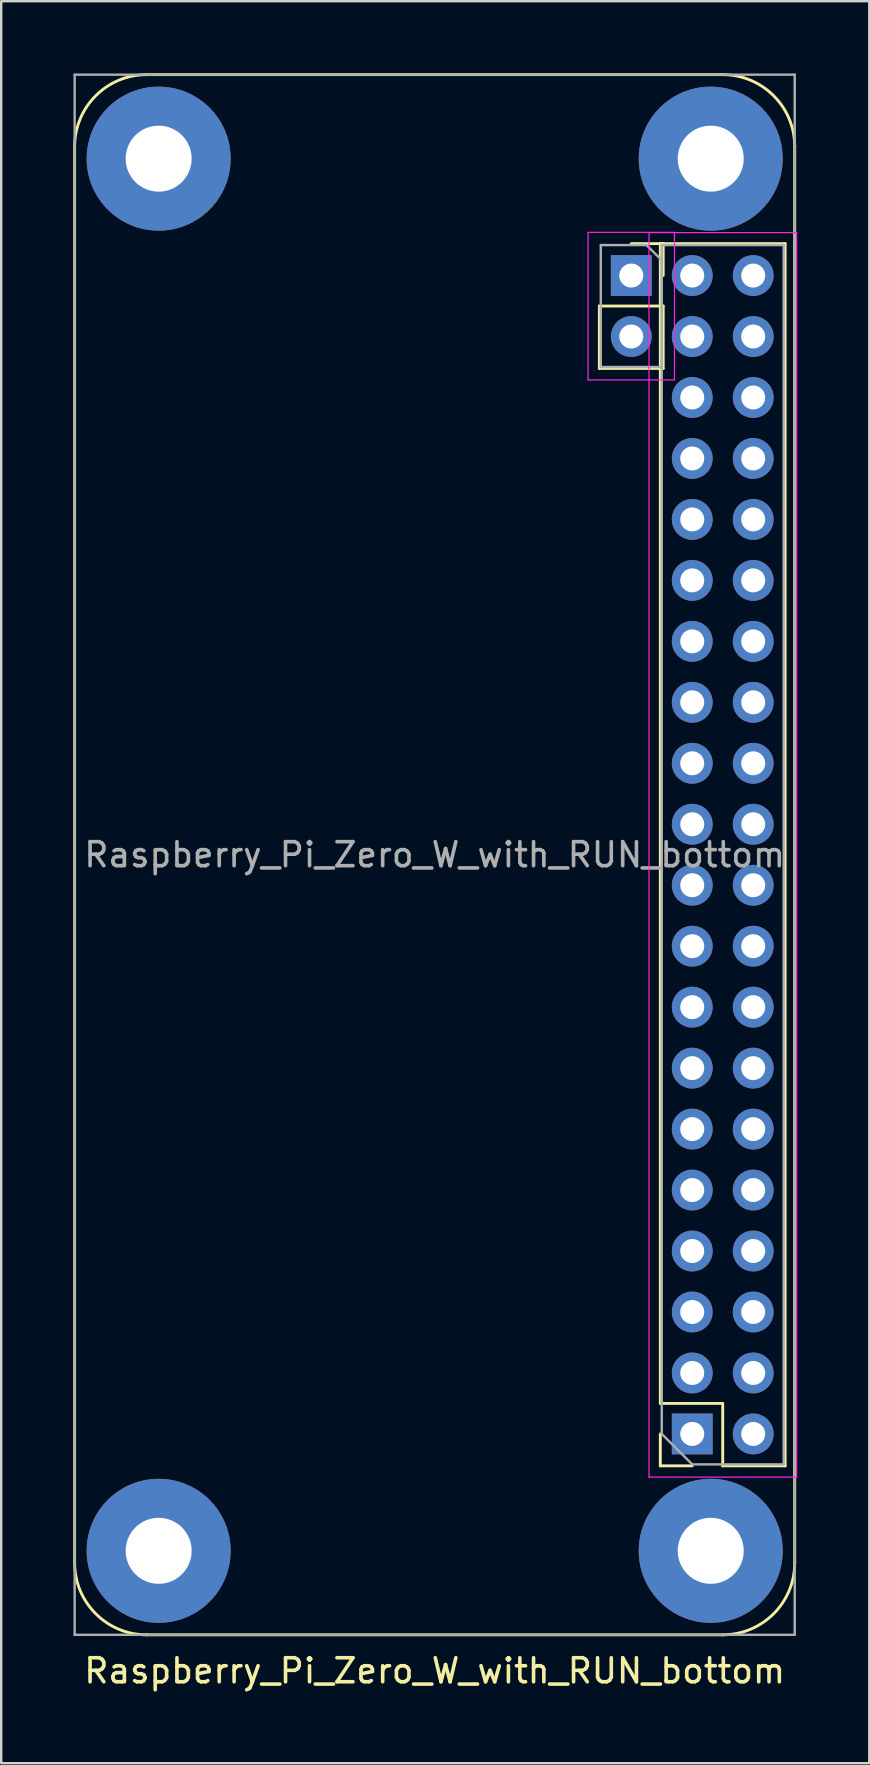
<source format=kicad_pcb>
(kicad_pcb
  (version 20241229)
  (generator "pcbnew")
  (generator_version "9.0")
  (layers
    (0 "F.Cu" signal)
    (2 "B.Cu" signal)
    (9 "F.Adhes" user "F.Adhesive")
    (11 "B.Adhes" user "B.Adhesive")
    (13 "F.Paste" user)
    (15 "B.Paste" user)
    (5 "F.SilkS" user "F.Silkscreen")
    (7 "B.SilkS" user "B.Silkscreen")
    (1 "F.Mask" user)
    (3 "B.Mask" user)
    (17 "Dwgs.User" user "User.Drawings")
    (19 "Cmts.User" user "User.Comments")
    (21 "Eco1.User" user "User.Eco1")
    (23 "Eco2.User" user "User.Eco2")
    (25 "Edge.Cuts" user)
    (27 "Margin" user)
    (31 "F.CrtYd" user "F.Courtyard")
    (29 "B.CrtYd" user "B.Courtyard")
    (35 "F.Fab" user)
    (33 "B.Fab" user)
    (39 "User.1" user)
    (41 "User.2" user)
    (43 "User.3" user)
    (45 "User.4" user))
  (footprint "Raspberry_Pi_Zero_W_with_RUN_bottom"
    (layer "F.Cu")
    (at 25.79 56.69)
    (property "Reference" "Raspberry_Pi_Zero_W_with_RUN_bottom" (at -10.73 9.87 0) (layer "F.SilkS") (effects (font (size 1 1) (thickness 0.15))))
    (attr through_hole)
    (fp_line (start -25.73 5.37) (end -25.73 -53.63) (stroke (width 0.12) (type solid)) (layer "F.SilkS"))
    (fp_line (start -3.87 -46.99) (end -3.87 -44.39) (stroke (width 0.12) (type solid)) (layer "F.SilkS"))
    (fp_line (start -1.33 -49.59) (end 3.87 -49.59) (stroke (width 0.12) (type solid)) (layer "F.SilkS"))
    (fp_line (start -1.33 -1.27) (end -1.33 -49.59) (stroke (width 0.12) (type solid)) (layer "F.SilkS"))
    (fp_line (start -1.33 -1.27) (end 1.27 -1.27) (stroke (width 0.12) (type solid)) (layer "F.SilkS"))
    (fp_line (start -1.33 0) (end -1.33 1.33) (stroke (width 0.12) (type solid)) (layer "F.SilkS"))
    (fp_line (start -1.33 1.33) (end 0 1.33) (stroke (width 0.12) (type solid)) (layer "F.SilkS"))
    (fp_line (start -1.21 -49.59) (end -2.54 -49.59) (stroke (width 0.12) (type solid)) (layer "F.SilkS"))
    (fp_line (start -1.21 -48.26) (end -1.21 -49.59) (stroke (width 0.12) (type solid)) (layer "F.SilkS"))
    (fp_line (start -1.21 -46.99) (end -3.87 -46.99) (stroke (width 0.12) (type solid)) (layer "F.SilkS"))
    (fp_line (start -1.21 -46.99) (end -1.21 -44.39) (stroke (width 0.12) (type solid)) (layer "F.SilkS"))
    (fp_line (start -1.21 -44.39) (end -3.87 -44.39) (stroke (width 0.12) (type solid)) (layer "F.SilkS"))
    (fp_line (start 1.27 -56.63) (end -22.73 -56.63) (stroke (width 0.12) (type solid)) (layer "F.SilkS"))
    (fp_line (start 1.27 -1.27) (end 1.27 1.33) (stroke (width 0.12) (type solid)) (layer "F.SilkS"))
    (fp_line (start 1.27 1.33) (end 3.87 1.33) (stroke (width 0.12) (type solid)) (layer "F.SilkS"))
    (fp_line (start 1.27 8.37) (end -22.73 8.37) (stroke (width 0.12) (type solid)) (layer "F.SilkS"))
    (fp_line (start 3.87 1.33) (end 3.87 -49.59) (stroke (width 0.12) (type solid)) (layer "F.SilkS"))
    (fp_line (start 4.27 5.37) (end 4.27 -53.63) (stroke (width 0.12) (type solid)) (layer "F.SilkS"))
    (fp_arc (start -25.73 -53.63) (mid -24.85132 -55.75132) (end -22.73 -56.63) (stroke (width 0.12) (type solid)) (layer "F.SilkS"))
    (fp_arc (start -22.73 8.37) (mid -24.85132 7.49132) (end -25.73 5.37) (stroke (width 0.12) (type solid)) (layer "F.SilkS"))
    (fp_arc (start 1.27 -56.63) (mid 3.39132 -55.75132) (end 4.27 -53.63) (stroke (width 0.12) (type solid)) (layer "F.SilkS"))
    (fp_arc (start 4.27 5.37) (mid 3.39132 7.49132) (end 1.27 8.37) (stroke (width 0.12) (type solid)) (layer "F.SilkS"))
    (fp_line (start -4.34 -50.06) (end -0.74 -50.06) (stroke (width 0.05) (type solid)) (layer "F.CrtYd"))
    (fp_line (start -4.34 -43.91) (end -4.34 -50.06) (stroke (width 0.05) (type solid)) (layer "F.CrtYd"))
    (fp_line (start -1.8 -50.05) (end 4.35 -50.05) (stroke (width 0.05) (type solid)) (layer "F.CrtYd"))
    (fp_line (start -1.8 1.8) (end -1.8 -50.05) (stroke (width 0.05) (type solid)) (layer "F.CrtYd"))
    (fp_line (start -0.74 -50.06) (end -0.74 -43.91) (stroke (width 0.05) (type solid)) (layer "F.CrtYd"))
    (fp_line (start -0.74 -43.91) (end -4.34 -43.91) (stroke (width 0.05) (type solid)) (layer "F.CrtYd"))
    (fp_line (start 4.35 -50.05) (end 4.35 1.8) (stroke (width 0.05) (type solid)) (layer "F.CrtYd"))
    (fp_line (start 4.35 1.8) (end -1.8 1.8) (stroke (width 0.05) (type solid)) (layer "F.CrtYd"))
    (fp_line (start -25.73 -56.63) (end -25.73 8.37) (stroke (width 0.1) (type solid)) (layer "F.Fab"))
    (fp_line (start -25.73 8.37) (end 4.27 8.37) (stroke (width 0.1) (type solid)) (layer "F.Fab"))
    (fp_line (start -3.81 -49.53) (end -3.81 -44.45) (stroke (width 0.1) (type solid)) (layer "F.Fab"))
    (fp_line (start -3.81 -44.45) (end -1.27 -44.45) (stroke (width 0.1) (type solid)) (layer "F.Fab"))
    (fp_line (start -1.905 -49.53) (end -3.81 -49.53) (stroke (width 0.1) (type solid)) (layer "F.Fab"))
    (fp_line (start -1.27 -49.53) (end -1.27 0) (stroke (width 0.1) (type solid)) (layer "F.Fab"))
    (fp_line (start -1.27 -48.895) (end -1.905 -49.53) (stroke (width 0.1) (type solid)) (layer "F.Fab"))
    (fp_line (start -1.27 -44.45) (end -1.27 -48.895) (stroke (width 0.1) (type solid)) (layer "F.Fab"))
    (fp_line (start -1.27 0) (end 0 1.27) (stroke (width 0.1) (type solid)) (layer "F.Fab"))
    (fp_line (start 0 1.27) (end 3.81 1.27) (stroke (width 0.1) (type solid)) (layer "F.Fab"))
    (fp_line (start 3.81 -49.53) (end -1.27 -49.53) (stroke (width 0.1) (type solid)) (layer "F.Fab"))
    (fp_line (start 3.81 1.27) (end 3.81 -49.53) (stroke (width 0.1) (type solid)) (layer "F.Fab"))
    (fp_line (start 4.27 -56.63) (end -25.73 -56.63) (stroke (width 0.1) (type solid)) (layer "F.Fab"))
    (fp_line (start 4.27 8.37) (end 4.27 -56.63) (stroke (width 0.1) (type solid)) (layer "F.Fab"))
    (fp_text user "${REFERENCE}" (at -10.73 -24.13 0) (layer "F.Fab") (effects (font (size 1 1) (thickness 0.15))))
    (pad "" np_thru_hole circle (at -22.23 -53.13) (size 6 6) (drill 2.75) (layers "*.Cu" "*.Mask"))
    (pad "" np_thru_hole circle (at -22.23 4.87) (size 6 6) (drill 2.75) (layers "*.Cu" "*.Mask"))
    (pad "" np_thru_hole circle (at 0.77 -53.13) (size 6 6) (drill 2.75) (layers "*.Cu" "*.Mask"))
    (pad "" np_thru_hole circle (at 0.77 4.87) (size 6 6) (drill 2.75) (layers "*.Cu" "*.Mask"))
    (pad "1" thru_hole rect (at 0 0) (size 1.7 1.7) (drill 1) (layers "*.Cu" "*.Mask"))
    (pad "2" thru_hole oval (at 2.54 0) (size 1.7 1.7) (drill 1) (layers "*.Cu" "*.Mask"))
    (pad "3" thru_hole oval (at 0 -2.54) (size 1.7 1.7) (drill 1) (layers "*.Cu" "*.Mask"))
    (pad "4" thru_hole oval (at 2.54 -2.54) (size 1.7 1.7) (drill 1) (layers "*.Cu" "*.Mask"))
    (pad "5" thru_hole oval (at 0 -5.08) (size 1.7 1.7) (drill 1) (layers "*.Cu" "*.Mask"))
    (pad "6" thru_hole oval (at 2.54 -5.08) (size 1.7 1.7) (drill 1) (layers "*.Cu" "*.Mask"))
    (pad "7" thru_hole oval (at 0 -7.62) (size 1.7 1.7) (drill 1) (layers "*.Cu" "*.Mask"))
    (pad "8" thru_hole oval (at 2.54 -7.62) (size 1.7 1.7) (drill 1) (layers "*.Cu" "*.Mask"))
    (pad "9" thru_hole oval (at 0 -10.16) (size 1.7 1.7) (drill 1) (layers "*.Cu" "*.Mask"))
    (pad "10" thru_hole oval (at 2.54 -10.16) (size 1.7 1.7) (drill 1) (layers "*.Cu" "*.Mask"))
    (pad "11" thru_hole oval (at 0 -12.7) (size 1.7 1.7) (drill 1) (layers "*.Cu" "*.Mask"))
    (pad "12" thru_hole oval (at 2.54 -12.7) (size 1.7 1.7) (drill 1) (layers "*.Cu" "*.Mask"))
    (pad "13" thru_hole oval (at 0 -15.24) (size 1.7 1.7) (drill 1) (layers "*.Cu" "*.Mask"))
    (pad "14" thru_hole oval (at 2.54 -15.24) (size 1.7 1.7) (drill 1) (layers "*.Cu" "*.Mask"))
    (pad "15" thru_hole oval (at 0 -17.78) (size 1.7 1.7) (drill 1) (layers "*.Cu" "*.Mask"))
    (pad "16" thru_hole oval (at 2.54 -17.78) (size 1.7 1.7) (drill 1) (layers "*.Cu" "*.Mask"))
    (pad "17" thru_hole oval (at 0 -20.32) (size 1.7 1.7) (drill 1) (layers "*.Cu" "*.Mask"))
    (pad "18" thru_hole oval (at 2.54 -20.32) (size 1.7 1.7) (drill 1) (layers "*.Cu" "*.Mask"))
    (pad "19" thru_hole oval (at 0 -22.86) (size 1.7 1.7) (drill 1) (layers "*.Cu" "*.Mask"))
    (pad "20" thru_hole oval (at 2.54 -22.86) (size 1.7 1.7) (drill 1) (layers "*.Cu" "*.Mask"))
    (pad "21" thru_hole oval (at 0 -25.4) (size 1.7 1.7) (drill 1) (layers "*.Cu" "*.Mask"))
    (pad "22" thru_hole oval (at 2.54 -25.4) (size 1.7 1.7) (drill 1) (layers "*.Cu" "*.Mask"))
    (pad "23" thru_hole oval (at 0 -27.94) (size 1.7 1.7) (drill 1) (layers "*.Cu" "*.Mask"))
    (pad "24" thru_hole oval (at 2.54 -27.94) (size 1.7 1.7) (drill 1) (layers "*.Cu" "*.Mask"))
    (pad "25" thru_hole oval (at 0 -30.48) (size 1.7 1.7) (drill 1) (layers "*.Cu" "*.Mask"))
    (pad "26" thru_hole oval (at 2.54 -30.48) (size 1.7 1.7) (drill 1) (layers "*.Cu" "*.Mask"))
    (pad "27" thru_hole oval (at 0 -33.02) (size 1.7 1.7) (drill 1) (layers "*.Cu" "*.Mask"))
    (pad "28" thru_hole oval (at 2.54 -33.02) (size 1.7 1.7) (drill 1) (layers "*.Cu" "*.Mask"))
    (pad "29" thru_hole oval (at 0 -35.56) (size 1.7 1.7) (drill 1) (layers "*.Cu" "*.Mask"))
    (pad "30" thru_hole oval (at 2.54 -35.56) (size 1.7 1.7) (drill 1) (layers "*.Cu" "*.Mask"))
    (pad "31" thru_hole oval (at 0 -38.1) (size 1.7 1.7) (drill 1) (layers "*.Cu" "*.Mask"))
    (pad "32" thru_hole oval (at 2.54 -38.1) (size 1.7 1.7) (drill 1) (layers "*.Cu" "*.Mask"))
    (pad "33" thru_hole oval (at 0 -40.64) (size 1.7 1.7) (drill 1) (layers "*.Cu" "*.Mask"))
    (pad "34" thru_hole oval (at 2.54 -40.64) (size 1.7 1.7) (drill 1) (layers "*.Cu" "*.Mask"))
    (pad "35" thru_hole oval (at 0 -43.18) (size 1.7 1.7) (drill 1) (layers "*.Cu" "*.Mask"))
    (pad "36" thru_hole oval (at 2.54 -43.18) (size 1.7 1.7) (drill 1) (layers "*.Cu" "*.Mask"))
    (pad "37" thru_hole oval (at 0 -45.72) (size 1.7 1.7) (drill 1) (layers "*.Cu" "*.Mask"))
    (pad "38" thru_hole oval (at 2.54 -45.72) (size 1.7 1.7) (drill 1) (layers "*.Cu" "*.Mask"))
    (pad "39" thru_hole oval (at 0 -48.26) (size 1.7 1.7) (drill 1) (layers "*.Cu" "*.Mask"))
    (pad "40" thru_hole oval (at 2.54 -48.26) (size 1.7 1.7) (drill 1) (layers "*.Cu" "*.Mask"))
    (pad "41" thru_hole rect (at -2.54 -48.26 180) (size 1.7 1.7) (drill 1) (layers "*.Cu" "*.Mask"))
    (pad "42" thru_hole oval (at -2.54 -45.72 180) (size 1.7 1.7) (drill 1) (layers "*.Cu" "*.Mask")))
  (gr_rect
    (start -3 -3)
    (end 33.165 70.408)
    (stroke (width 0.1) (type default))
    (fill no)
    (layer "Edge.Cuts")))
</source>
